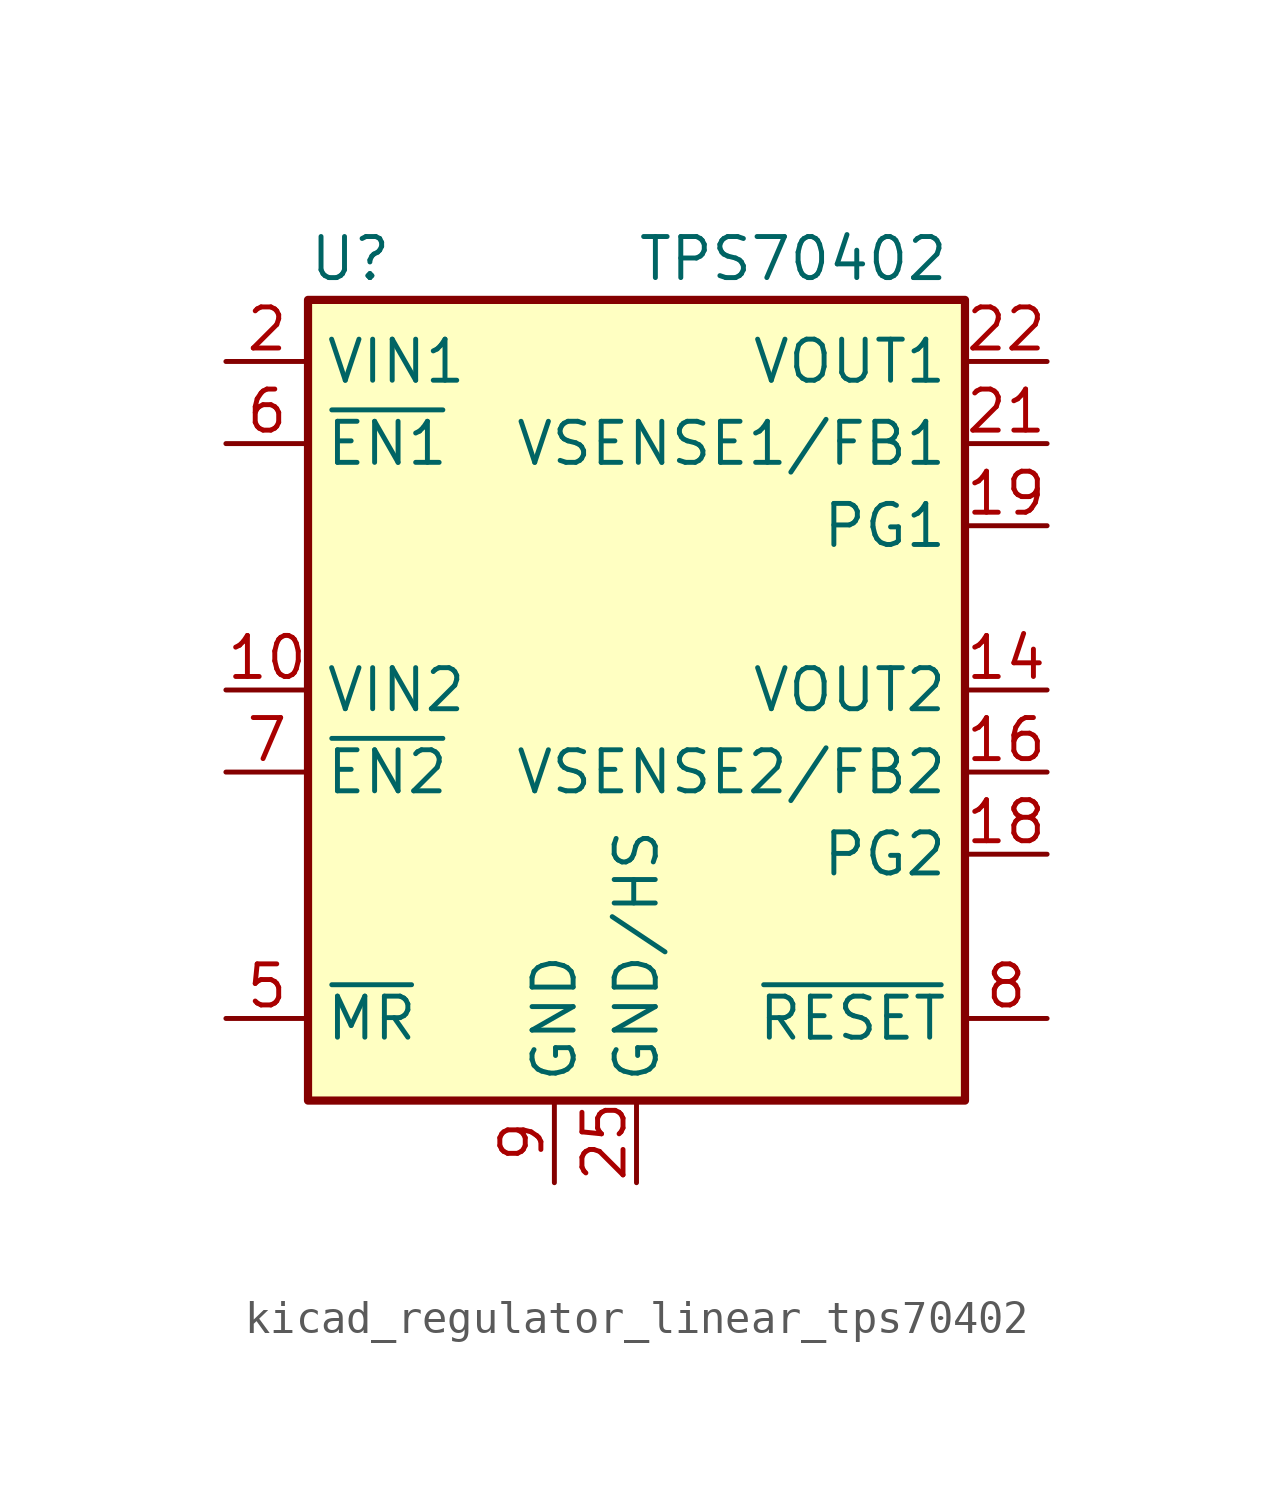
<source format=kicad_sym>
(kicad_symbol_lib
  (version 20220914)
  (generator kicad_symbol_editor)
  (symbol "kicad_regulator_linear_tps70402"
    (property "Reference" "U"
      (at -10.16 13.335 0)
      (effects (font (size 1.27 1.27)) (justify left)))
    (property "Value" "TPS70402"
      (at 0 13.335 0)
      (effects (font (size 1.27 1.27)) (justify left)))
    (symbol "kicad_regulator_linear_tps70402_0_1"
      (rectangle (start -10.16 12.065) (end 10.16 -12.7) (stroke (width 0.254) (type default)) (fill (type background))))
    (symbol "kicad_regulator_linear_tps70402_1_1"
      (pin passive line (at 0 -15.24 90) (length 2.54) hide (name "GND/HS" (effects (font (size 1.27 1.27)))) (number "1" (effects (font (size 1.27 1.27)))))
      (pin power_in line (at -12.7 0 0) (length 2.54) (name "VIN2" (effects (font (size 1.27 1.27)))) (number "10" (effects (font (size 1.27 1.27)))))
      (pin passive line (at -12.7 0 0) (length 2.54) hide (name "VIN2" (effects (font (size 1.27 1.27)))) (number "11" (effects (font (size 1.27 1.27)))))
      (pin passive line (at 0 -15.24 90) (length 2.54) hide (name "GND/HS" (effects (font (size 1.27 1.27)))) (number "12" (effects (font (size 1.27 1.27)))))
      (pin passive line (at 0 -15.24 90) (length 2.54) hide (name "GND/HS" (effects (font (size 1.27 1.27)))) (number "13" (effects (font (size 1.27 1.27)))))
      (pin power_out line (at 12.7 0 180) (length 2.54) (name "VOUT2" (effects (font (size 1.27 1.27)))) (number "14" (effects (font (size 1.27 1.27)))))
      (pin passive line (at 12.7 0 180) (length 2.54) hide (name "VOUT2" (effects (font (size 1.27 1.27)))) (number "15" (effects (font (size 1.27 1.27)))))
      (pin input line (at 12.7 -2.54 180) (length 2.54) (name "VSENSE2/FB2" (effects (font (size 1.27 1.27)))) (number "16" (effects (font (size 1.27 1.27)))))
      (pin no_connect line (at -10.16 2.54 0) (length 2.54) hide (name "NC" (effects (font (size 1.27 1.27)))) (number "17" (effects (font (size 1.27 1.27)))))
      (pin open_collector line (at 12.7 -5.08 180) (length 2.54) (name "PG2" (effects (font (size 1.27 1.27)))) (number "18" (effects (font (size 1.27 1.27)))))
      (pin open_collector line (at 12.7 5.08 180) (length 2.54) (name "PG1" (effects (font (size 1.27 1.27)))) (number "19" (effects (font (size 1.27 1.27)))))
      (pin power_in line (at -12.7 10.16 0) (length 2.54) (name "VIN1" (effects (font (size 1.27 1.27)))) (number "2" (effects (font (size 1.27 1.27)))))
      (pin no_connect line (at -10.16 -5.08 0) (length 2.54) hide (name "NC" (effects (font (size 1.27 1.27)))) (number "20" (effects (font (size 1.27 1.27)))))
      (pin input line (at 12.7 7.62 180) (length 2.54) (name "VSENSE1/FB1" (effects (font (size 1.27 1.27)))) (number "21" (effects (font (size 1.27 1.27)))))
      (pin power_out line (at 12.7 10.16 180) (length 2.54) (name "VOUT1" (effects (font (size 1.27 1.27)))) (number "22" (effects (font (size 1.27 1.27)))))
      (pin passive line (at 12.7 10.16 180) (length 2.54) hide (name "VOUT1" (effects (font (size 1.27 1.27)))) (number "23" (effects (font (size 1.27 1.27)))))
      (pin passive line (at 0 -15.24 90) (length 2.54) hide (name "GND/HS" (effects (font (size 1.27 1.27)))) (number "24" (effects (font (size 1.27 1.27)))))
      (pin power_in line (at 0 -15.24 90) (length 2.54) (name "GND/HS" (effects (font (size 1.27 1.27)))) (number "25" (effects (font (size 1.27 1.27)))))
      (pin passive line (at -12.7 10.16 0) (length 2.54) hide (name "VIN1" (effects (font (size 1.27 1.27)))) (number "3" (effects (font (size 1.27 1.27)))))
      (pin no_connect line (at -10.16 5.08 0) (length 2.54) hide (name "NC" (effects (font (size 1.27 1.27)))) (number "4" (effects (font (size 1.27 1.27)))))
      (pin input line (at -12.7 -10.16 0) (length 2.54) (name "~{MR}" (effects (font (size 1.27 1.27)))) (number "5" (effects (font (size 1.27 1.27)))))
      (pin input line (at -12.7 7.62 0) (length 2.54) (name "~{EN1}" (effects (font (size 1.27 1.27)))) (number "6" (effects (font (size 1.27 1.27)))))
      (pin input line (at -12.7 -2.54 0) (length 2.54) (name "~{EN2}" (effects (font (size 1.27 1.27)))) (number "7" (effects (font (size 1.27 1.27)))))
      (pin open_collector line (at 12.7 -10.16 180) (length 2.54) (name "~{RESET}" (effects (font (size 1.27 1.27)))) (number "8" (effects (font (size 1.27 1.27)))))
      (pin power_in line (at -2.54 -15.24 90) (length 2.54) (name "GND" (effects (font (size 1.27 1.27)))) (number "9" (effects (font (size 1.27 1.27))))))))
</source>
